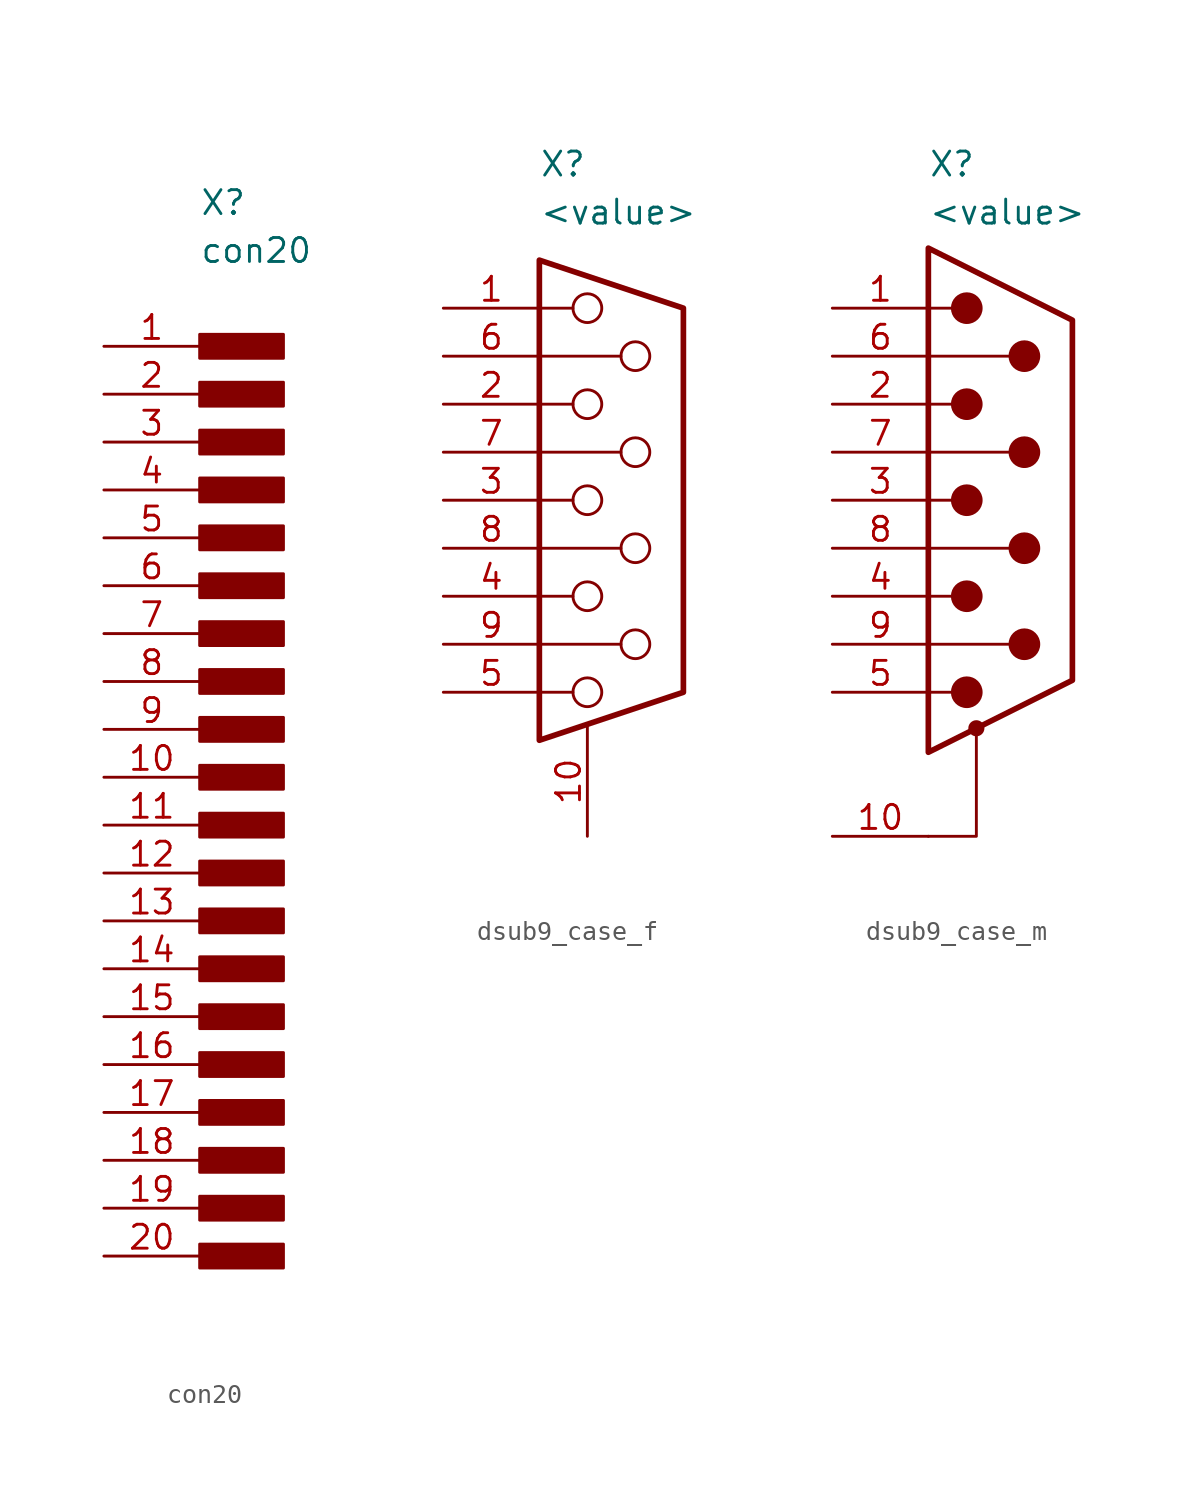
<source format=kicad_sym>
(kicad_symbol_lib
  (version 20241209)
  (generator "kicad_symbol_editor")
  (generator_version "9.0")
  (symbol "con20"
    (property "Reference" "X"
      (at 5.08 5.08 0)
      (effects (font (size 1.27 1.27)) (justify left)))
    (property "Value" "con20"
      (at 5.08 2.54 0)
      (effects (font (size 1.27 1.27)) (justify left)))
    (symbol "con20_0_1"
      (rectangle (start 5.08 -1.905) (end 9.525 -3.175) (stroke (width 0) (type default)) (fill (type outline)))
      (rectangle (start 5.08 -4.445) (end 9.525 -5.715) (stroke (width 0) (type default)) (fill (type outline)))
      (rectangle (start 5.08 -6.985) (end 9.525 -8.255) (stroke (width 0) (type default)) (fill (type outline)))
      (rectangle (start 5.08 -9.525) (end 9.525 -10.795) (stroke (width 0) (type default)) (fill (type outline)))
      (rectangle (start 5.08 -12.065) (end 9.525 -13.335) (stroke (width 0) (type default)) (fill (type outline)))
      (rectangle (start 5.08 -14.605) (end 9.525 -15.875) (stroke (width 0) (type default)) (fill (type outline)))
      (rectangle (start 5.08 -17.145) (end 9.525 -18.415) (stroke (width 0) (type default)) (fill (type outline)))
      (rectangle (start 5.08 -19.685) (end 9.525 -20.955) (stroke (width 0) (type default)) (fill (type outline)))
      (rectangle (start 5.08 -22.225) (end 9.525 -23.495) (stroke (width 0) (type default)) (fill (type outline)))
      (rectangle (start 5.08 -24.765) (end 9.525 -26.035) (stroke (width 0) (type default)) (fill (type outline)))
      (rectangle (start 5.08 -27.305) (end 9.525 -28.575) (stroke (width 0) (type default)) (fill (type outline)))
      (rectangle (start 5.08 -29.845) (end 9.525 -31.115) (stroke (width 0) (type default)) (fill (type outline)))
      (rectangle (start 5.08 -32.385) (end 9.525 -33.655) (stroke (width 0) (type default)) (fill (type outline)))
      (rectangle (start 5.08 -34.925) (end 9.525 -36.195) (stroke (width 0) (type default)) (fill (type outline)))
      (rectangle (start 5.08 -37.465) (end 9.525 -38.735) (stroke (width 0) (type default)) (fill (type outline)))
      (rectangle (start 5.08 -40.005) (end 9.525 -41.275) (stroke (width 0) (type default)) (fill (type outline)))
      (rectangle (start 5.08 -42.545) (end 9.525 -43.815) (stroke (width 0) (type default)) (fill (type outline)))
      (rectangle (start 5.08 -45.085) (end 9.525 -46.355) (stroke (width 0) (type default)) (fill (type outline)))
      (rectangle (start 5.08 -47.625) (end 9.525 -48.895) (stroke (width 0) (type default)) (fill (type outline)))
      (rectangle (start 5.08 -50.165) (end 9.525 -51.435) (stroke (width 0) (type default)) (fill (type outline))))
    (symbol "con20_1_1"
      (pin passive line (at 0 -2.54 0) (length 5.08) (name "" (effects (font (size 1.27 1.27)))) (number "1" (effects (font (size 1.27 1.27)))))
      (pin passive line (at 0 -5.08 0) (length 5.08) (name "" (effects (font (size 1.27 1.27)))) (number "2" (effects (font (size 1.27 1.27)))))
      (pin passive line (at 0 -7.62 0) (length 5.08) (name "" (effects (font (size 1.27 1.27)))) (number "3" (effects (font (size 1.27 1.27)))))
      (pin passive line (at 0 -10.16 0) (length 5.08) (name "" (effects (font (size 1.27 1.27)))) (number "4" (effects (font (size 1.27 1.27)))))
      (pin passive line (at 0 -12.7 0) (length 5.08) (name "" (effects (font (size 1.27 1.27)))) (number "5" (effects (font (size 1.27 1.27)))))
      (pin passive line (at 0 -15.24 0) (length 5.08) (name "" (effects (font (size 1.27 1.27)))) (number "6" (effects (font (size 1.27 1.27)))))
      (pin passive line (at 0 -17.78 0) (length 5.08) (name "" (effects (font (size 1.27 1.27)))) (number "7" (effects (font (size 1.27 1.27)))))
      (pin passive line (at 0 -20.32 0) (length 5.08) (name "" (effects (font (size 1.27 1.27)))) (number "8" (effects (font (size 1.27 1.27)))))
      (pin passive line (at 0 -22.86 0) (length 5.08) (name "" (effects (font (size 1.27 1.27)))) (number "9" (effects (font (size 1.27 1.27)))))
      (pin passive line (at 0 -25.4 0) (length 5.08) (name "" (effects (font (size 1.27 1.27)))) (number "10" (effects (font (size 1.27 1.27)))))
      (pin passive line (at 0 -27.94 0) (length 5.08) (name "" (effects (font (size 1.27 1.27)))) (number "11" (effects (font (size 1.27 1.27)))))
      (pin passive line (at 0 -30.48 0) (length 5.08) (name "" (effects (font (size 1.27 1.27)))) (number "12" (effects (font (size 1.27 1.27)))))
      (pin passive line (at 0 -33.02 0) (length 5.08) (name "" (effects (font (size 1.27 1.27)))) (number "13" (effects (font (size 1.27 1.27)))))
      (pin passive line (at 0 -35.56 0) (length 5.08) (name "" (effects (font (size 1.27 1.27)))) (number "14" (effects (font (size 1.27 1.27)))))
      (pin passive line (at 0 -38.1 0) (length 5.08) (name "" (effects (font (size 1.27 1.27)))) (number "15" (effects (font (size 1.27 1.27)))))
      (pin passive line (at 0 -40.64 0) (length 5.08) (name "" (effects (font (size 1.27 1.27)))) (number "16" (effects (font (size 1.27 1.27)))))
      (pin passive line (at 0 -43.18 0) (length 5.08) (name "" (effects (font (size 1.27 1.27)))) (number "17" (effects (font (size 1.27 1.27)))))
      (pin passive line (at 0 -45.72 0) (length 5.08) (name "" (effects (font (size 1.27 1.27)))) (number "18" (effects (font (size 1.27 1.27)))))
      (pin passive line (at 0 -48.26 0) (length 5.08) (name "" (effects (font (size 1.27 1.27)))) (number "19" (effects (font (size 1.27 1.27)))))
      (pin passive line (at 0 -50.8 0) (length 5.08) (name "" (effects (font (size 1.27 1.27)))) (number "20" (effects (font (size 1.27 1.27)))))))
  (symbol "dsub9_case_f"
    (pin_names
      (offset 0.002))
    (property "Reference" "X"
      (at -2.54 17.78 0)
      (effects (font (size 1.27 1.27)) (justify left)))
    (property "Value" "<value>"
      (at -2.54 15.24 0)
      (effects (font (size 1.27 1.27)) (justify left)))
    (symbol "dsub9_case_f_0_1"
      (polyline (pts (xy -2.54 12.7) (xy -2.54 -12.7) (xy 5.08 -10.16) (xy 5.08 10.16) (xy -2.54 12.7)) (stroke (width 0.3) (type default)) (fill (type none)))
      (polyline (pts (xy -2.54 10.16) (xy -0.762 10.16)) (stroke (width 0) (type default)) (fill (type none)))
      (polyline (pts (xy -2.54 7.62) (xy 1.778 7.62)) (stroke (width 0) (type default)) (fill (type none)))
      (polyline (pts (xy -2.54 5.08) (xy -0.762 5.08)) (stroke (width 0) (type default)) (fill (type none)))
      (polyline (pts (xy -2.54 2.54) (xy 1.778 2.54)) (stroke (width 0) (type default)) (fill (type none)))
      (polyline (pts (xy -2.54 0) (xy -0.762 0)) (stroke (width 0) (type default)) (fill (type none)))
      (polyline (pts (xy -2.54 -2.54) (xy 1.778 -2.54)) (stroke (width 0) (type default)) (fill (type none)))
      (polyline (pts (xy -2.54 -5.08) (xy -0.762 -5.08)) (stroke (width 0) (type default)) (fill (type none)))
      (polyline (pts (xy -2.54 -7.62) (xy 1.778 -7.62)) (stroke (width 0) (type default)) (fill (type none)))
      (polyline (pts (xy -2.54 -10.16) (xy -0.762 -10.16)) (stroke (width 0) (type default)) (fill (type none)))
      (circle (center 0 10.16) (radius 0.762) (stroke (width 0) (type default)) (fill (type none)))
      (circle (center 0 5.08) (radius 0.762) (stroke (width 0) (type default)) (fill (type none)))
      (circle (center 0 0) (radius 0.762) (stroke (width 0) (type default)) (fill (type none)))
      (circle (center 0 -5.08) (radius 0.762) (stroke (width 0) (type default)) (fill (type none)))
      (circle (center 0 -10.16) (radius 0.762) (stroke (width 0) (type default)) (fill (type none)))
      (circle (center 2.54 7.62) (radius 0.762) (stroke (width 0) (type default)) (fill (type none)))
      (circle (center 2.54 2.54) (radius 0.762) (stroke (width 0) (type default)) (fill (type none)))
      (circle (center 2.54 -2.54) (radius 0.762) (stroke (width 0) (type default)) (fill (type none)))
      (circle (center 2.54 -7.62) (radius 0.762) (stroke (width 0) (type default)) (fill (type none))))
    (symbol "dsub9_case_f_1_1"
      (pin passive line (at -7.62 10.16 0) (length 5.08) (name "" (effects (font (size 1.27 1.27)))) (number "1" (effects (font (size 1.27 1.27)))))
      (pin passive line (at -7.62 7.62 0) (length 5.08) (name "" (effects (font (size 1.27 1.27)))) (number "6" (effects (font (size 1.27 1.27)))))
      (pin passive line (at -7.62 5.08 0) (length 5.08) (name "" (effects (font (size 1.27 1.27)))) (number "2" (effects (font (size 1.27 1.27)))))
      (pin passive line (at -7.62 2.54 0) (length 5.08) (name "" (effects (font (size 1.27 1.27)))) (number "7" (effects (font (size 1.27 1.27)))))
      (pin passive line (at -7.62 0 0) (length 5.08) (name "" (effects (font (size 1.27 1.27)))) (number "3" (effects (font (size 1.27 1.27)))))
      (pin passive line (at -7.62 -2.54 0) (length 5.08) (name "" (effects (font (size 1.27 1.27)))) (number "8" (effects (font (size 1.27 1.27)))))
      (pin passive line (at -7.62 -5.08 0) (length 5.08) (name "" (effects (font (size 1.27 1.27)))) (number "4" (effects (font (size 1.27 1.27)))))
      (pin passive line (at -7.62 -7.62 0) (length 5.08) (name "" (effects (font (size 1.27 1.27)))) (number "9" (effects (font (size 1.27 1.27)))))
      (pin passive line (at -7.62 -10.16 0) (length 5.08) (name "" (effects (font (size 1.27 1.27)))) (number "5" (effects (font (size 1.27 1.27)))))
      (pin passive line (at 0 -17.78 90) (length 5.8) (name "" (effects (font (size 1.27 1.27)))) (number "10" (effects (font (size 1.27 1.27)))))))
  (symbol "dsub9_case_m"
    (property "Reference" "X"
      (at -2.54 17.78 0)
      (effects (font (size 1.27 1.27)) (justify left)))
    (property "Value" "<value>"
      (at -2.54 15.24 0)
      (effects (font (size 1.27 1.27)) (justify left)))
    (symbol "dsub9_case_m_0_1"
      (polyline (pts (xy -2.54 13.335) (xy -2.54 -13.335) (xy 5.08 -9.525) (xy 5.08 9.525) (xy -2.54 13.335)) (stroke (width 0.3) (type default)) (fill (type none)))
      (polyline (pts (xy -2.54 10.16) (xy -1.27 10.16)) (stroke (width 0) (type default)) (fill (type none)))
      (polyline (pts (xy -2.54 7.62) (xy 1.778 7.62)) (stroke (width 0) (type default)) (fill (type none)))
      (polyline (pts (xy -2.54 5.08) (xy -1.27 5.08)) (stroke (width 0) (type default)) (fill (type none)))
      (polyline (pts (xy -2.54 2.54) (xy 1.778 2.54)) (stroke (width 0) (type default)) (fill (type none)))
      (polyline (pts (xy -2.54 0) (xy -1.27 0)) (stroke (width 0) (type default)) (fill (type none)))
      (polyline (pts (xy -2.54 -2.54) (xy 1.778 -2.54)) (stroke (width 0) (type default)) (fill (type none)))
      (polyline (pts (xy -2.54 -5.08) (xy -1.27 -5.08)) (stroke (width 0) (type default)) (fill (type none)))
      (polyline (pts (xy -2.54 -7.62) (xy 1.778 -7.62)) (stroke (width 0) (type default)) (fill (type none)))
      (polyline (pts (xy -2.54 -10.16) (xy -1.27 -10.16)) (stroke (width 0) (type default)) (fill (type none)))
      (circle (center -0.508 10.16) (radius 0.762) (stroke (width 0) (type default)) (fill (type outline)))
      (circle (center -0.508 5.08) (radius 0.762) (stroke (width 0) (type default)) (fill (type outline)))
      (circle (center -0.508 0) (radius 0.762) (stroke (width 0) (type default)) (fill (type outline)))
      (circle (center -0.508 -5.08) (radius 0.762) (stroke (width 0) (type default)) (fill (type outline)))
      (circle (center -0.508 -10.16) (radius 0.762) (stroke (width 0) (type default)) (fill (type outline)))
      (polyline (pts (xy 0 -12.065) (xy 0 -17.78) (xy -2.54 -17.78)) (stroke (width 0) (type default)) (fill (type none)))
      (circle (center 0 -12.065) (radius 0.35) (stroke (width 0) (type default)) (fill (type outline)))
      (circle (center 2.54 7.62) (radius 0.762) (stroke (width 0) (type default)) (fill (type outline)))
      (circle (center 2.54 2.54) (radius 0.762) (stroke (width 0) (type default)) (fill (type outline)))
      (circle (center 2.54 -2.54) (radius 0.762) (stroke (width 0) (type default)) (fill (type outline)))
      (circle (center 2.54 -7.62) (radius 0.762) (stroke (width 0) (type default)) (fill (type outline))))
    (symbol "dsub9_case_m_1_1"
      (pin passive line (at -7.62 10.16 0) (length 5.08) (name "" (effects (font (size 1.27 1.27)))) (number "1" (effects (font (size 1.27 1.27)))))
      (pin passive line (at -7.62 7.62 0) (length 5.08) (name "" (effects (font (size 1.27 1.27)))) (number "6" (effects (font (size 1.27 1.27)))))
      (pin passive line (at -7.62 5.08 0) (length 5.08) (name "" (effects (font (size 1.27 1.27)))) (number "2" (effects (font (size 1.27 1.27)))))
      (pin passive line (at -7.62 2.54 0) (length 5.08) (name "" (effects (font (size 1.27 1.27)))) (number "7" (effects (font (size 1.27 1.27)))))
      (pin passive line (at -7.62 0 0) (length 5.08) (name "" (effects (font (size 1.27 1.27)))) (number "3" (effects (font (size 1.27 1.27)))))
      (pin passive line (at -7.62 -2.54 0) (length 5.08) (name "" (effects (font (size 1.27 1.27)))) (number "8" (effects (font (size 1.27 1.27)))))
      (pin passive line (at -7.62 -5.08 0) (length 5.08) (name "" (effects (font (size 1.27 1.27)))) (number "4" (effects (font (size 1.27 1.27)))))
      (pin passive line (at -7.62 -7.62 0) (length 5.08) (name "" (effects (font (size 1.27 1.27)))) (number "9" (effects (font (size 1.27 1.27)))))
      (pin passive line (at -7.62 -10.16 0) (length 5.08) (name "" (effects (font (size 1.27 1.27)))) (number "5" (effects (font (size 1.27 1.27)))))
      (pin passive line (at -7.62 -17.78 0) (length 5.08) (name "" (effects (font (size 1.27 1.27)))) (number "10" (effects (font (size 1.27 1.27))))))))
</source>
